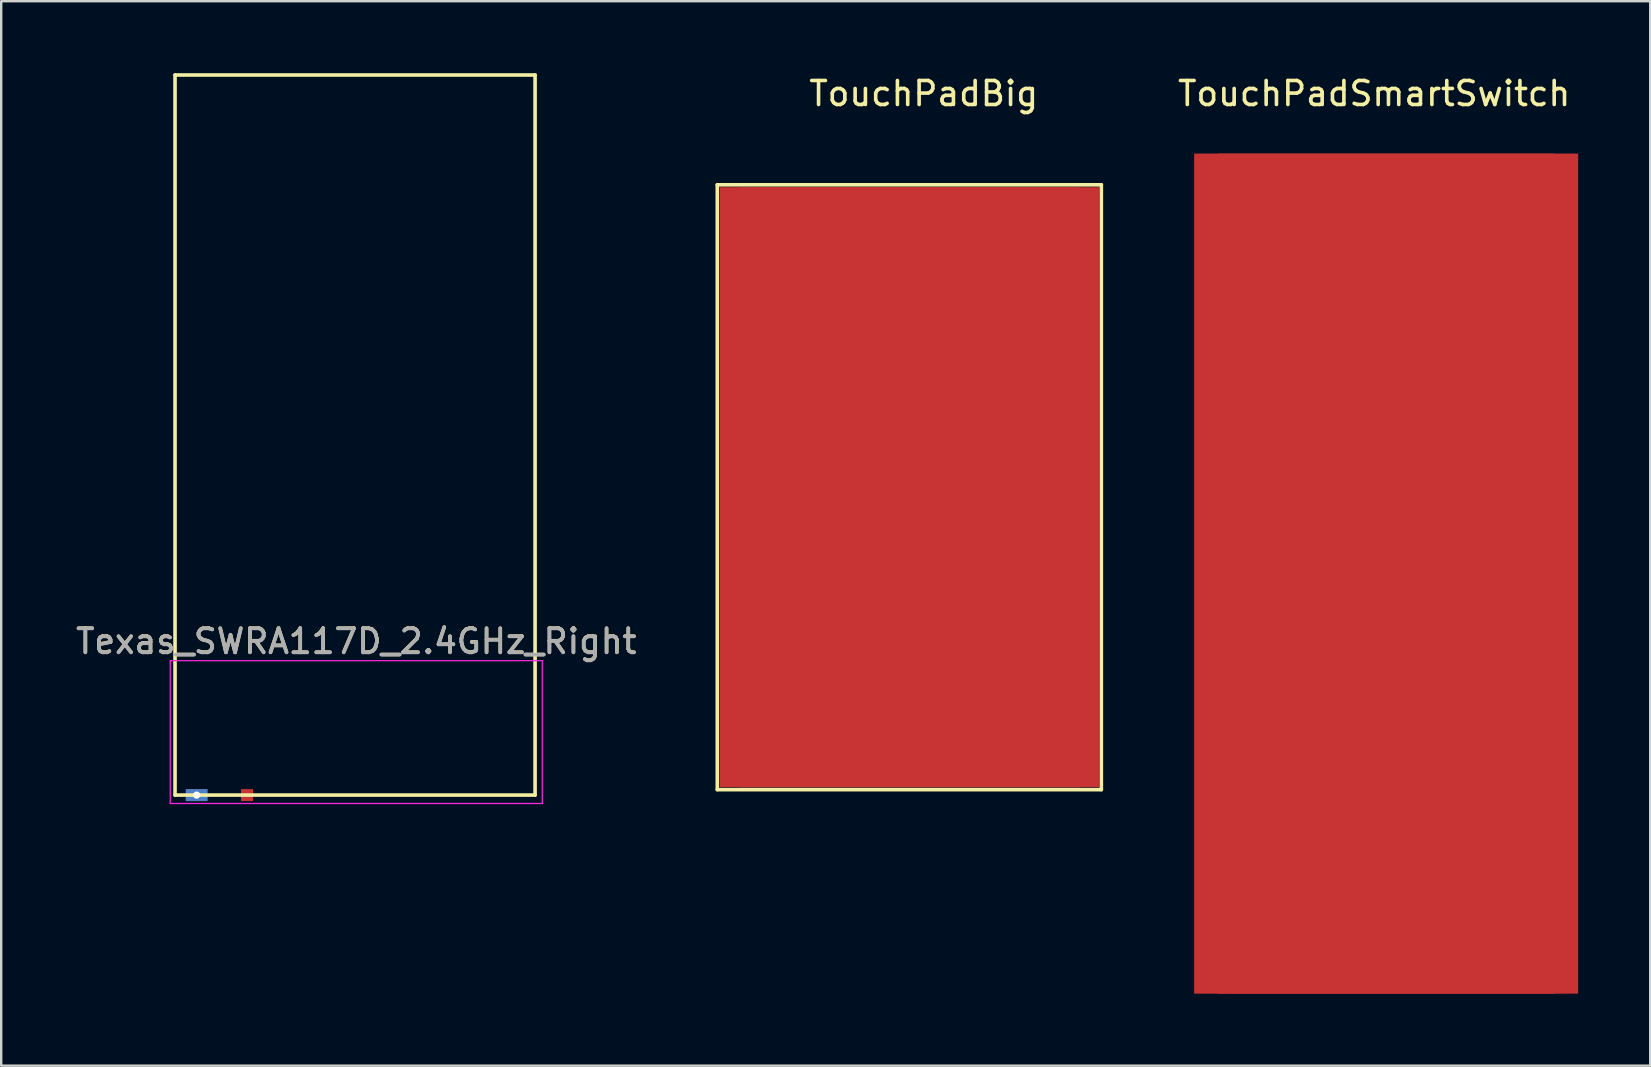
<source format=kicad_pcb>
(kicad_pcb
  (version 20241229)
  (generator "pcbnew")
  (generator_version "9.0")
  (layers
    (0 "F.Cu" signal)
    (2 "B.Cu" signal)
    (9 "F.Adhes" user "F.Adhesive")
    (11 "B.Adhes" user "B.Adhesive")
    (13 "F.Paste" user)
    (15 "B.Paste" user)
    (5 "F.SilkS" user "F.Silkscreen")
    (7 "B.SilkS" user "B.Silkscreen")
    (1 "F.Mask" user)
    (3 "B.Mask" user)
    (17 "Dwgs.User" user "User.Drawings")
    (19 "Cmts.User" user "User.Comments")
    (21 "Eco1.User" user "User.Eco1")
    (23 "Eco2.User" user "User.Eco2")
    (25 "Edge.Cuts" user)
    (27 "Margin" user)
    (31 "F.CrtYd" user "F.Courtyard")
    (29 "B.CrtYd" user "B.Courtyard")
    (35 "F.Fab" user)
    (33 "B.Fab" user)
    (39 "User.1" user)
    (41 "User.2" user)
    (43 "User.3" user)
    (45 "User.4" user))
  (footprint "TouchPadBig"
    (layer "F.Cu")
    (at 26.833 34.848)
    (property "Reference" "TouchPadBig" (at 8.6 -34 0) (layer "F.SilkS") (effects (font (size 1 1) (thickness 0.15))))
    (attr exclude_from_pos_files exclude_from_bom)
    (fp_line (start 0 -30.2) (end 0 -5) (stroke (width 0.15) (type solid)) (layer "F.SilkS"))
    (fp_line (start 0 -5) (end 16 -5) (stroke (width 0.15) (type solid)) (layer "F.SilkS"))
    (fp_line (start 16 -30.2) (end 0 -30.2) (stroke (width 0.15) (type solid)) (layer "F.SilkS"))
    (fp_line (start 16 -5) (end 16 -30.2) (stroke (width 0.15) (type solid)) (layer "F.SilkS"))
    (pad "1" smd rect (at 7.6 -17.6) (size 15 25) (layers "F.Cu" "F.Mask" "F.Paste"))
    (pad "2" smd rect (at 8.4 -17.6) (size 15 25) (layers "F.Cu" "F.Mask" "F.Paste")))
  (footprint "TouchPadSmartSwitch"
    (layer "F.Cu")
    (at 54.2 20.848)
    (property "Reference" "TouchPadSmartSwitch" (at 0 -20 0) (layer "F.SilkS") (effects (font (size 1 1) (thickness 0.15))))
    (attr through_hole)
    (pad "1" smd rect (at 0 0) (size 15 35) (layers "F.Cu" "F.Mask" "F.Paste"))
    (pad "2" smd rect (at 1 0) (size 15 35) (layers "F.Cu" "F.Mask" "F.Paste")))
  (footprint "Texas_SWRA117D_2.4GHz_Right"
    (layer "F.Cu")
    (at 4.242 30.075)
    (property "Reference" "Texas_SWRA117D_2.4GHz_Right" (at 7.55 -6.41 0) (layer "F.SilkS") (effects (font (size 1 1) (thickness 0.15))))
    (attr exclude_from_pos_files exclude_from_bom)
    (fp_line (start 0 -30) (end 0 0) (stroke (width 0.15) (type solid)) (layer "F.SilkS"))
    (fp_line (start 0 0) (end 15 0) (stroke (width 0.15) (type solid)) (layer "F.SilkS"))
    (fp_line (start 15 -30) (end 0 -30) (stroke (width 0.15) (type solid)) (layer "F.SilkS"))
    (fp_line (start 15 0) (end 15 -30) (stroke (width 0.15) (type solid)) (layer "F.SilkS"))
    (fp_line (start -0.2 -5.6) (end 15.3 -5.6) (stroke (width 0.05) (type solid)) (layer "F.CrtYd"))
    (fp_line (start -0.2 0.35) (end -0.2 -5.6) (stroke (width 0.05) (type solid)) (layer "F.CrtYd"))
    (fp_line (start 15.3 -5.6) (end 15.3 0.35) (stroke (width 0.05) (type solid)) (layer "F.CrtYd"))
    (fp_line (start 15.3 0.35) (end -0.2 0.35) (stroke (width 0.05) (type solid)) (layer "F.CrtYd"))
    (fp_text user "${REFERENCE}" (at 7.55 -6.4 0) (layer "F.Fab") (effects (font (size 1 1) (thickness 0.15))))
    (pad "1" connect rect (at 3 0) (size 0.5 0.5) (layers "F.Cu"))
    (pad "2" thru_hole rect (at 0.9 0) (size 0.9 0.5) (drill 0.3) (layers "*.Cu")))
  (gr_rect
    (start -3 -3)
    (end 65.7 41.348)
    (stroke (width 0.1) (type default))
    (fill no)
    (layer "Edge.Cuts")))
</source>
